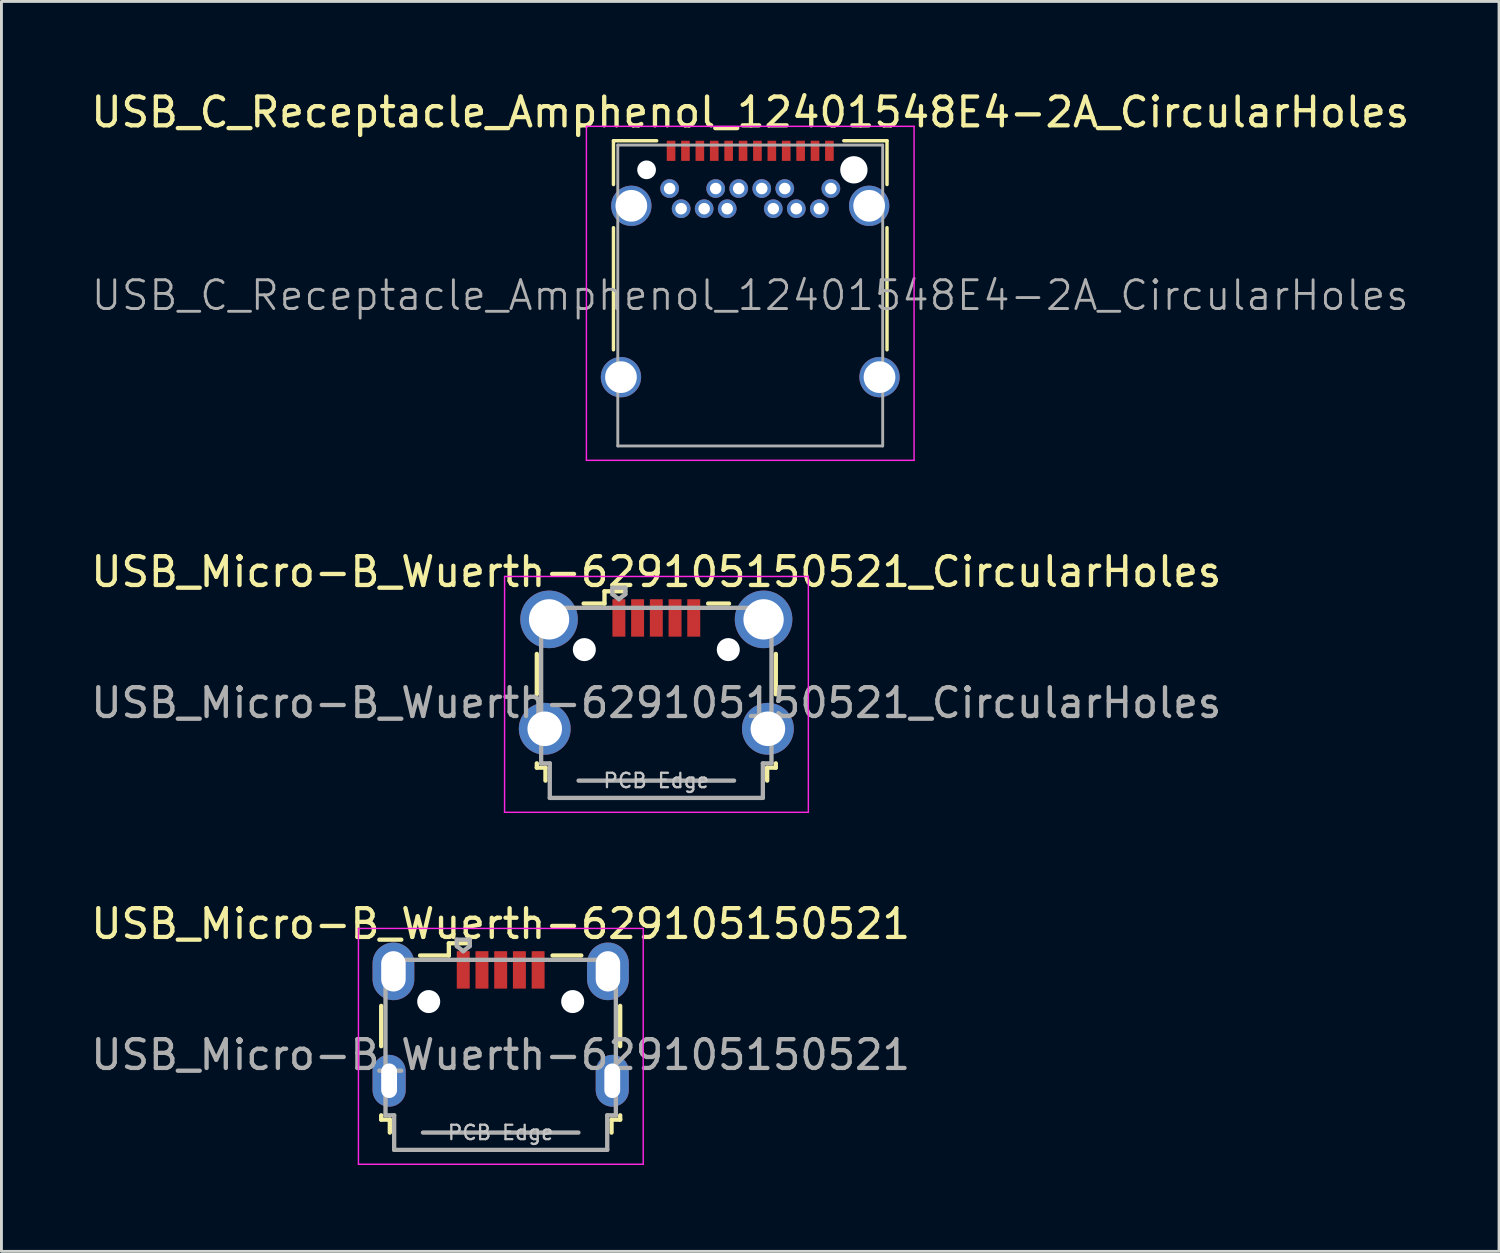
<source format=kicad_pcb>
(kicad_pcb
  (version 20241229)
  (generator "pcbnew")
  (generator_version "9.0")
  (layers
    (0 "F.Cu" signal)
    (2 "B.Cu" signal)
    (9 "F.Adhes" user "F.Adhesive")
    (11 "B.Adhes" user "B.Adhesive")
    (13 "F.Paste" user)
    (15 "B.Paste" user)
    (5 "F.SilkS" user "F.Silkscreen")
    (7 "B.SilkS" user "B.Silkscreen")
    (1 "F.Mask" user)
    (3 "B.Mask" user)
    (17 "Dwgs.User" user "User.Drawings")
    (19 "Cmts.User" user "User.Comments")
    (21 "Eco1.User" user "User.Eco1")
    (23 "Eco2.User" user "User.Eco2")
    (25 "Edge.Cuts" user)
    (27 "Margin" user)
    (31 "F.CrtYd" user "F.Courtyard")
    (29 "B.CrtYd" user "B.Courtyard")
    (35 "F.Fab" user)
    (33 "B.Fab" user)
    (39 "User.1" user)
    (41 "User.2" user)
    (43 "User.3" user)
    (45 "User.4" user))
  (footprint "USB_C_Receptacle_Amphenol_12401548E4-2A_CircularHoles"
    (layer "F.Cu")
    (at 23.006 7.208)
    (property "Reference" "USB_C_Receptacle_Amphenol_12401548E4-2A_CircularHoles" (at 0 -6.36 0) (layer "F.SilkS") (effects (font (size 1 1) (thickness 0.15))))
    (attr smd)
    (fp_line (start -4.75 -5.37) (end -4.75 -3.85) (stroke (width 0.12) (type solid)) (layer "F.SilkS"))
    (fp_line (start -4.75 -5.37) (end -3.25 -5.37) (stroke (width 0.12) (type solid)) (layer "F.SilkS"))
    (fp_line (start -4.75 -2.35) (end -4.75 1.89) (stroke (width 0.12) (type solid)) (layer "F.SilkS"))
    (fp_line (start 3.25 -5.37) (end 4.75 -5.37) (stroke (width 0.12) (type solid)) (layer "F.SilkS"))
    (fp_line (start 4.75 -5.37) (end 4.75 -3.85) (stroke (width 0.12) (type solid)) (layer "F.SilkS"))
    (fp_line (start 4.75 -2.35) (end 4.75 1.89) (stroke (width 0.12) (type solid)) (layer "F.SilkS"))
    (fp_line (start -5.69 -5.87) (end 5.69 -5.87) (stroke (width 0.05) (type solid)) (layer "F.CrtYd"))
    (fp_line (start -5.69 5.73) (end -5.69 -5.87) (stroke (width 0.05) (type solid)) (layer "F.CrtYd"))
    (fp_line (start 5.69 -5.87) (end 5.69 5.73) (stroke (width 0.05) (type solid)) (layer "F.CrtYd"))
    (fp_line (start 5.69 5.73) (end -5.69 5.73) (stroke (width 0.05) (type solid)) (layer "F.CrtYd"))
    (fp_line (start -4.6 -5.22) (end 4.6 -5.22) (stroke (width 0.1) (type solid)) (layer "F.Fab"))
    (fp_line (start -4.6 5.23) (end -4.6 -5.22) (stroke (width 0.1) (type solid)) (layer "F.Fab"))
    (fp_line (start -4.6 5.23) (end 4.6 5.23) (stroke (width 0.1) (type solid)) (layer "F.Fab"))
    (fp_line (start 4.6 5.23) (end 4.6 -5.22) (stroke (width 0.1) (type solid)) (layer "F.Fab"))
    (fp_text user "${REFERENCE}" (at 0 0 0) (layer "F.Fab") (effects (font (size 1 1) (thickness 0.1))))
    (pad "" np_thru_hole circle (at -3.6 -4.36) (size 0.65 0.65) (drill 0.65) (layers "*.Cu" "*.Mask"))
    (pad "" np_thru_hole circle (at 3.6 -4.36) (size 0.95 0.95) (drill 0.95) (layers "*.Cu" "*.Mask"))
    (pad "A1" smd rect (at -2.75 -5.02) (size 0.3 0.7) (layers "F.Cu" "F.Mask" "F.Paste"))
    (pad "A2" smd rect (at -2.25 -5.02) (size 0.3 0.7) (layers "F.Cu" "F.Mask" "F.Paste"))
    (pad "A3" smd rect (at -1.75 -5.02) (size 0.3 0.7) (layers "F.Cu" "F.Mask" "F.Paste"))
    (pad "A4" smd rect (at -1.25 -5.02) (size 0.3 0.7) (layers "F.Cu" "F.Mask" "F.Paste"))
    (pad "A5" smd rect (at -0.75 -5.02) (size 0.3 0.7) (layers "F.Cu" "F.Mask" "F.Paste"))
    (pad "A6" smd rect (at -0.25 -5.02) (size 0.3 0.7) (layers "F.Cu" "F.Mask" "F.Paste"))
    (pad "A7" smd rect (at 0.25 -5.02) (size 0.3 0.7) (layers "F.Cu" "F.Mask" "F.Paste"))
    (pad "A8" smd rect (at 0.75 -5.02) (size 0.3 0.7) (layers "F.Cu" "F.Mask" "F.Paste"))
    (pad "A9" smd rect (at 1.25 -5.02) (size 0.3 0.7) (layers "F.Cu" "F.Mask" "F.Paste"))
    (pad "A10" smd rect (at 1.75 -5.02) (size 0.3 0.7) (layers "F.Cu" "F.Mask" "F.Paste"))
    (pad "A11" smd rect (at 2.25 -5.02) (size 0.3 0.7) (layers "F.Cu" "F.Mask" "F.Paste"))
    (pad "A12" smd rect (at 2.75 -5.02) (size 0.3 0.7) (layers "F.Cu" "F.Mask" "F.Paste"))
    (pad "B1" thru_hole circle (at 2.8 -3.71) (size 0.65 0.65) (drill 0.4) (layers "*.Cu" "*.Mask"))
    (pad "B2" thru_hole circle (at 2.4 -3.01) (size 0.65 0.65) (drill 0.4) (layers "*.Cu" "*.Mask"))
    (pad "B3" thru_hole circle (at 1.6 -3.01) (size 0.65 0.65) (drill 0.4) (layers "*.Cu" "*.Mask"))
    (pad "B4" thru_hole circle (at 1.2 -3.71) (size 0.65 0.65) (drill 0.4) (layers "*.Cu" "*.Mask"))
    (pad "B5" thru_hole circle (at 0.8 -3.01) (size 0.65 0.65) (drill 0.4) (layers "*.Cu" "*.Mask"))
    (pad "B6" thru_hole circle (at 0.4 -3.71) (size 0.65 0.65) (drill 0.4) (layers "*.Cu" "*.Mask"))
    (pad "B7" thru_hole circle (at -0.4 -3.71) (size 0.65 0.65) (drill 0.4) (layers "*.Cu" "*.Mask"))
    (pad "B8" thru_hole circle (at -0.8 -3.01) (size 0.65 0.65) (drill 0.4) (layers "*.Cu" "*.Mask"))
    (pad "B9" thru_hole circle (at -1.2 -3.71) (size 0.65 0.65) (drill 0.4) (layers "*.Cu" "*.Mask"))
    (pad "B10" thru_hole circle (at -1.6 -3.01) (size 0.65 0.65) (drill 0.4) (layers "*.Cu" "*.Mask"))
    (pad "B11" thru_hole circle (at -2.4 -3.01) (size 0.65 0.65) (drill 0.4) (layers "*.Cu" "*.Mask"))
    (pad "B12" thru_hole circle (at -2.8 -3.71) (size 0.65 0.65) (drill 0.4) (layers "*.Cu" "*.Mask"))
    (pad "S1" thru_hole circle (at -4.49 2.84) (size 1.4 1.4) (drill 1.1) (layers "*.Cu" "*.Mask"))
    (pad "S1" thru_hole circle (at -4.13 -3.11) (size 1.4 1.4) (drill 1.1) (layers "*.Cu" "*.Mask"))
    (pad "S1" thru_hole circle (at 4.13 -3.11) (size 1.4 1.4) (drill 1.1) (layers "*.Cu" "*.Mask"))
    (pad "S1" thru_hole circle (at 4.49 2.84) (size 1.4 1.4) (drill 1.1) (layers "*.Cu" "*.Mask")))
  (footprint "USB_Micro-B_Wuerth-629105150521"
    (layer "F.Cu")
    (at 14.339 32.535)
    (property "Reference" "USB_Micro-B_Wuerth-629105150521" (at 0 -3.5 0) (layer "F.SilkS") (effects (font (size 1 1) (thickness 0.15))))
    (attr smd)
    (fp_line (start -4.15 -0.65) (end -4.15 0.75) (stroke (width 0.15) (type solid)) (layer "F.SilkS"))
    (fp_line (start -4.15 3.15) (end -4.15 3.3) (stroke (width 0.15) (type solid)) (layer "F.SilkS"))
    (fp_line (start -4.15 3.3) (end -3.85 3.3) (stroke (width 0.15) (type solid)) (layer "F.SilkS"))
    (fp_line (start -3.85 3.3) (end -3.85 3.75) (stroke (width 0.15) (type solid)) (layer "F.SilkS"))
    (fp_line (start -1.8 -2.825) (end -1.8 -2.4) (stroke (width 0.15) (type solid)) (layer "F.SilkS"))
    (fp_line (start -1.8 -2.4) (end -2.8 -2.4) (stroke (width 0.15) (type solid)) (layer "F.SilkS"))
    (fp_line (start -1.075 -2.825) (end -1.8 -2.825) (stroke (width 0.15) (type solid)) (layer "F.SilkS"))
    (fp_line (start 1.8 -2.4) (end 2.8 -2.4) (stroke (width 0.15) (type solid)) (layer "F.SilkS"))
    (fp_line (start 3.85 3.3) (end 4.15 3.3) (stroke (width 0.15) (type solid)) (layer "F.SilkS"))
    (fp_line (start 3.85 3.75) (end 3.85 3.3) (stroke (width 0.15) (type solid)) (layer "F.SilkS"))
    (fp_line (start 4.15 0.75) (end 4.15 -0.65) (stroke (width 0.15) (type solid)) (layer "F.SilkS"))
    (fp_line (start 4.15 3.3) (end 4.15 3.15) (stroke (width 0.15) (type solid)) (layer "F.SilkS"))
    (fp_line (start -4.94 -3.34) (end -4.94 4.85) (stroke (width 0.05) (type solid)) (layer "F.CrtYd"))
    (fp_line (start -4.94 4.85) (end 4.95 4.85) (stroke (width 0.05) (type solid)) (layer "F.CrtYd"))
    (fp_line (start 4.95 -3.34) (end -4.94 -3.34) (stroke (width 0.05) (type solid)) (layer "F.CrtYd"))
    (fp_line (start 4.95 4.85) (end 4.95 -3.34) (stroke (width 0.05) (type solid)) (layer "F.CrtYd"))
    (fp_line (start -4 -2.25) (end -4 3.15) (stroke (width 0.15) (type solid)) (layer "F.Fab"))
    (fp_line (start -4 3.15) (end -3.7 3.15) (stroke (width 0.15) (type solid)) (layer "F.Fab"))
    (fp_line (start -3.7 3.15) (end -3.7 4.35) (stroke (width 0.15) (type solid)) (layer "F.Fab"))
    (fp_line (start -3.7 4.35) (end 3.7 4.35) (stroke (width 0.15) (type solid)) (layer "F.Fab"))
    (fp_line (start -2.7 3.75) (end 2.7 3.75) (stroke (width 0.15) (type solid)) (layer "F.Fab"))
    (fp_line (start -1.525 -2.95) (end -1.075 -2.95) (stroke (width 0.15) (type solid)) (layer "F.Fab"))
    (fp_line (start -1.525 -2.725) (end -1.525 -2.95) (stroke (width 0.15) (type solid)) (layer "F.Fab"))
    (fp_line (start -1.3 -2.55) (end -1.525 -2.725) (stroke (width 0.15) (type solid)) (layer "F.Fab"))
    (fp_line (start -1.075 -2.95) (end -1.075 -2.725) (stroke (width 0.15) (type solid)) (layer "F.Fab"))
    (fp_line (start -1.075 -2.725) (end -1.3 -2.55) (stroke (width 0.15) (type solid)) (layer "F.Fab"))
    (fp_line (start 3.7 3.15) (end 4 3.15) (stroke (width 0.15) (type solid)) (layer "F.Fab"))
    (fp_line (start 3.7 4.35) (end 3.7 3.15) (stroke (width 0.15) (type solid)) (layer "F.Fab"))
    (fp_line (start 4 -2.25) (end -4 -2.25) (stroke (width 0.15) (type solid)) (layer "F.Fab"))
    (fp_line (start 4 3.15) (end 4 -2.25) (stroke (width 0.15) (type solid)) (layer "F.Fab"))
    (fp_text user "PCB Edge" (at 0 3.75 0) (layer "Dwgs.User") (effects (font (size 0.5 0.5) (thickness 0.08))))
    (fp_text user "${REFERENCE}" (at 0 1.05 0) (layer "F.Fab") (effects (font (size 1 1) (thickness 0.15))))
    (pad "" np_thru_hole oval (at -2.5 -0.8) (size 0.8 0.8) (drill 0.8) (layers "*.Cu" "*.Mask"))
    (pad "" np_thru_hole oval (at 2.5 -0.8) (size 0.8 0.8) (drill 0.8) (layers "*.Cu" "*.Mask"))
    (pad "1" smd rect (at -1.3 -1.9) (size 0.45 1.3) (layers "F.Cu" "F.Mask" "F.Paste"))
    (pad "2" smd rect (at -0.65 -1.9) (size 0.45 1.3) (layers "F.Cu" "F.Mask" "F.Paste"))
    (pad "3" smd rect (at 0 -1.9) (size 0.45 1.3) (layers "F.Cu" "F.Mask" "F.Paste"))
    (pad "4" smd rect (at 0.65 -1.9) (size 0.45 1.3) (layers "F.Cu" "F.Mask" "F.Paste"))
    (pad "5" smd rect (at 1.3 -1.9) (size 0.45 1.3) (layers "F.Cu" "F.Mask" "F.Paste"))
    (pad "6" thru_hole oval (at -3.875 1.95) (size 1.15 1.8) (drill oval 0.55 1.2) (layers "*.Cu" "*.Mask"))
    (pad "6" thru_hole oval (at -3.725 -1.85) (size 1.45 2) (drill oval 0.85 1.4) (layers "*.Cu" "*.Mask"))
    (pad "6" thru_hole oval (at 3.725 -1.85) (size 1.45 2) (drill oval 0.85 1.4) (layers "*.Cu" "*.Mask"))
    (pad "6" thru_hole oval (at 3.875 1.95) (size 1.15 1.8) (drill oval 0.55 1.2) (layers "*.Cu" "*.Mask")))
  (footprint "USB_Micro-B_Wuerth-629105150521_CircularHoles"
    (layer "F.Cu")
    (at 19.744 20.311)
    (property "Reference" "USB_Micro-B_Wuerth-629105150521_CircularHoles" (at 0 -3.5 0) (layer "F.SilkS") (effects (font (size 1 1) (thickness 0.15))))
    (attr smd)
    (fp_line (start -4.15 -0.65) (end -4.15 0.75) (stroke (width 0.15) (type solid)) (layer "F.SilkS"))
    (fp_line (start -4.15 3.15) (end -4.15 3.3) (stroke (width 0.15) (type solid)) (layer "F.SilkS"))
    (fp_line (start -4.15 3.3) (end -3.85 3.3) (stroke (width 0.15) (type solid)) (layer "F.SilkS"))
    (fp_line (start -3.85 3.3) (end -3.85 3.75) (stroke (width 0.15) (type solid)) (layer "F.SilkS"))
    (fp_line (start -1.8 -2.825) (end -1.8 -2.4) (stroke (width 0.15) (type solid)) (layer "F.SilkS"))
    (fp_line (start -1.8 -2.4) (end -2.525 -2.4) (stroke (width 0.15) (type solid)) (layer "F.SilkS"))
    (fp_line (start -1.075 -2.825) (end -1.8 -2.825) (stroke (width 0.15) (type solid)) (layer "F.SilkS"))
    (fp_line (start 1.8 -2.4) (end 2.525 -2.4) (stroke (width 0.15) (type solid)) (layer "F.SilkS"))
    (fp_line (start 3.85 3.3) (end 4.15 3.3) (stroke (width 0.15) (type solid)) (layer "F.SilkS"))
    (fp_line (start 3.85 3.75) (end 3.85 3.3) (stroke (width 0.15) (type solid)) (layer "F.SilkS"))
    (fp_line (start 4.15 0.75) (end 4.15 -0.65) (stroke (width 0.15) (type solid)) (layer "F.SilkS"))
    (fp_line (start 4.15 3.3) (end 4.15 3.15) (stroke (width 0.15) (type solid)) (layer "F.SilkS"))
    (fp_line (start -5.27 -3.34) (end -5.27 4.85) (stroke (width 0.05) (type solid)) (layer "F.CrtYd"))
    (fp_line (start -5.27 4.85) (end 5.28 4.85) (stroke (width 0.05) (type solid)) (layer "F.CrtYd"))
    (fp_line (start 5.28 -3.34) (end -5.27 -3.34) (stroke (width 0.05) (type solid)) (layer "F.CrtYd"))
    (fp_line (start 5.28 4.85) (end 5.28 -3.34) (stroke (width 0.05) (type solid)) (layer "F.CrtYd"))
    (fp_line (start -4 -2.25) (end -4 3.15) (stroke (width 0.15) (type solid)) (layer "F.Fab"))
    (fp_line (start -4 3.15) (end -3.7 3.15) (stroke (width 0.15) (type solid)) (layer "F.Fab"))
    (fp_line (start -3.7 3.15) (end -3.7 4.35) (stroke (width 0.15) (type solid)) (layer "F.Fab"))
    (fp_line (start -3.7 4.35) (end 3.7 4.35) (stroke (width 0.15) (type solid)) (layer "F.Fab"))
    (fp_line (start -2.7 3.75) (end 2.7 3.75) (stroke (width 0.15) (type solid)) (layer "F.Fab"))
    (fp_line (start -1.525 -2.95) (end -1.075 -2.95) (stroke (width 0.15) (type solid)) (layer "F.Fab"))
    (fp_line (start -1.525 -2.725) (end -1.525 -2.95) (stroke (width 0.15) (type solid)) (layer "F.Fab"))
    (fp_line (start -1.3 -2.55) (end -1.525 -2.725) (stroke (width 0.15) (type solid)) (layer "F.Fab"))
    (fp_line (start -1.075 -2.95) (end -1.075 -2.725) (stroke (width 0.15) (type solid)) (layer "F.Fab"))
    (fp_line (start -1.075 -2.725) (end -1.3 -2.55) (stroke (width 0.15) (type solid)) (layer "F.Fab"))
    (fp_line (start 3.7 3.15) (end 4 3.15) (stroke (width 0.15) (type solid)) (layer "F.Fab"))
    (fp_line (start 3.7 4.35) (end 3.7 3.15) (stroke (width 0.15) (type solid)) (layer "F.Fab"))
    (fp_line (start 4 -2.25) (end -4 -2.25) (stroke (width 0.15) (type solid)) (layer "F.Fab"))
    (fp_line (start 4 3.15) (end 4 -2.25) (stroke (width 0.15) (type solid)) (layer "F.Fab"))
    (fp_text user "PCB Edge" (at 0 3.75 0) (layer "Dwgs.User") (effects (font (size 0.5 0.5) (thickness 0.08))))
    (fp_text user "${REFERENCE}" (at 0 1.05 0) (layer "F.Fab") (effects (font (size 1 1) (thickness 0.15))))
    (pad "" np_thru_hole circle (at -2.5 -0.8) (size 0.8 0.8) (drill 0.8) (layers "*.Cu" "*.Mask"))
    (pad "" np_thru_hole circle (at 2.5 -0.8) (size 0.8 0.8) (drill 0.8) (layers "*.Cu" "*.Mask"))
    (pad "1" smd rect (at -1.3 -1.9) (size 0.45 1.3) (layers "F.Cu" "F.Mask" "F.Paste"))
    (pad "2" smd rect (at -0.65 -1.9) (size 0.45 1.3) (layers "F.Cu" "F.Mask" "F.Paste"))
    (pad "3" smd rect (at 0 -1.9) (size 0.45 1.3) (layers "F.Cu" "F.Mask" "F.Paste"))
    (pad "4" smd rect (at 0.65 -1.9) (size 0.45 1.3) (layers "F.Cu" "F.Mask" "F.Paste"))
    (pad "5" smd rect (at 1.3 -1.9) (size 0.45 1.3) (layers "F.Cu" "F.Mask" "F.Paste"))
    (pad "6" thru_hole circle (at -3.875 1.95) (size 1.8 1.8) (drill 1.2) (layers "*.Cu" "*.Mask"))
    (pad "6" thru_hole circle (at -3.725 -1.85) (size 2 2) (drill 1.4) (layers "*.Cu" "*.Mask"))
    (pad "6" thru_hole circle (at 3.725 -1.85) (size 2 2) (drill 1.4) (layers "*.Cu" "*.Mask"))
    (pad "6" thru_hole circle (at 3.875 1.95) (size 1.8 1.8) (drill 1.2) (layers "*.Cu" "*.Mask")))
  (gr_rect
    (start -3 -3)
    (end 49.012 40.41)
    (stroke (width 0.1) (type default))
    (fill no)
    (layer "Edge.Cuts")))
</source>
